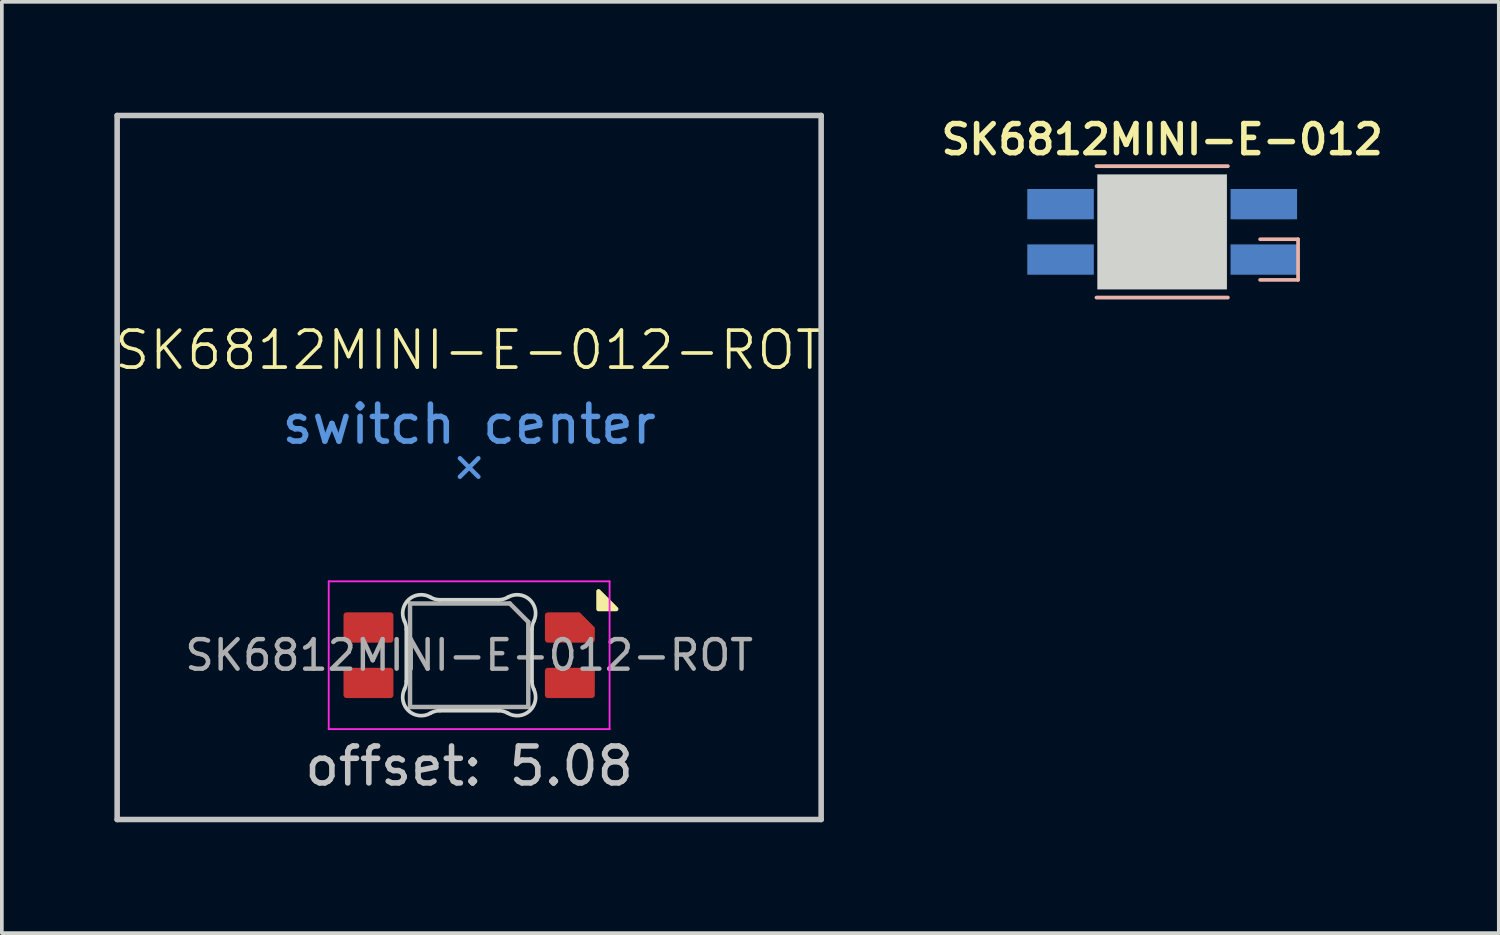
<source format=kicad_pcb>
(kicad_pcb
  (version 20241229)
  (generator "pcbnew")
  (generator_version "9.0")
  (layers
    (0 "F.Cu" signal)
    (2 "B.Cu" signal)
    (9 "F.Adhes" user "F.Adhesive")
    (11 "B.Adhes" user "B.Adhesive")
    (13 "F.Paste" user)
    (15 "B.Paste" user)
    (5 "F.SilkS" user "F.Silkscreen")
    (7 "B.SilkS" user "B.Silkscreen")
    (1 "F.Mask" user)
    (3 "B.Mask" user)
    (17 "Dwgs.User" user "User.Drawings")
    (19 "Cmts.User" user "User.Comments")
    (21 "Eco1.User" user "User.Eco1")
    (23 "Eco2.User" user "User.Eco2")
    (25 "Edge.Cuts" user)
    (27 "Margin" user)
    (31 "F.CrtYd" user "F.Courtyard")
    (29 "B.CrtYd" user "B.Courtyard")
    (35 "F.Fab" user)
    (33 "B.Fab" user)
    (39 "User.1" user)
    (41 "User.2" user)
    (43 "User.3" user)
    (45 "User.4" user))
  (footprint "SK6812MINI-E-012-ROT"
    (layer "F.Cu")
    (at 9.645 9.6)
    (property "Reference" "SK6812MINI-E-012-ROT" (at 0 -3.175 0) (unlocked yes) (layer "F.SilkS") (effects (font (size 1 1) (thickness 0.1))))
    (attr smd)
    (fp_poly (pts (xy 3.5 3.83) (xy 3.5 3.35) (xy 3.98 3.83) (xy 3.5 3.83)) (stroke (width 0.12) (type solid)) (fill yes) (layer "F.SilkS"))
    (fp_line (start -9.525 -9.525) (end -9.525 9.525) (stroke (width 0.15) (type solid)) (layer "Dwgs.User"))
    (fp_line (start -9.525 9.525) (end 9.525 9.525) (stroke (width 0.15) (type solid)) (layer "Dwgs.User"))
    (fp_line (start 9.525 -9.525) (end -9.525 -9.525) (stroke (width 0.15) (type solid)) (layer "Dwgs.User"))
    (fp_line (start 9.525 9.525) (end 9.525 -9.525) (stroke (width 0.15) (type solid)) (layer "Dwgs.User"))
    (fp_line (start -0.25 0.25) (end 0 0) (stroke (width 0.12) (type solid)) (layer "Cmts.User"))
    (fp_line (start 0 0) (end -0.25 -0.25) (stroke (width 0.12) (type solid)) (layer "Cmts.User"))
    (fp_line (start 0 0) (end 0.25 -0.25) (stroke (width 0.12) (type solid)) (layer "Cmts.User"))
    (fp_line (start 0.25 0.25) (end 0 0) (stroke (width 0.12) (type solid)) (layer "Cmts.User"))
    (fp_line (start -1.7 4.377) (end -1.7 5.783) (stroke (width 0.1) (type solid)) (layer "Edge.Cuts"))
    (fp_line (start -0.794 6.58) (end 0.794 6.58) (stroke (width 0.1) (type solid)) (layer "Edge.Cuts"))
    (fp_line (start 0.794 3.58) (end -0.794 3.58) (stroke (width 0.1) (type solid)) (layer "Edge.Cuts"))
    (fp_line (start 1.7 5.783) (end 1.7 4.377) (stroke (width 0.1) (type solid)) (layer "Edge.Cuts"))
    (fp_arc (start -1.749484 4.160281) (mid -1.712518 4.26593) (end -1.699999 4.377158) (stroke (width 0.1) (type solid)) (layer "Edge.Cuts"))
    (fp_arc (start -1.749484 4.160281) (mid -1.63807 3.575967) (end -1.046711 3.511704) (stroke (width 0.1) (type solid)) (layer "Edge.Cuts"))
    (fp_arc (start -1.699999 5.782843) (mid -1.712527 5.894069) (end -1.749484 5.999721) (stroke (width 0.1) (type solid)) (layer "Edge.Cuts"))
    (fp_arc (start -1.046711 6.6483) (mid -1.638072 6.584036) (end -1.749484 5.999721) (stroke (width 0.1) (type solid)) (layer "Edge.Cuts"))
    (fp_arc (start -1.046711 6.6483) (mid -0.925123 6.597378) (end -0.794453 6.580001) (stroke (width 0.1) (type solid)) (layer "Edge.Cuts"))
    (fp_arc (start -0.794452 3.580001) (mid -0.925122 3.562624) (end -1.04671 3.511702) (stroke (width 0.1) (type solid)) (layer "Edge.Cuts"))
    (fp_arc (start 0.794453 6.58) (mid 0.925123 6.597377) (end 1.046711 6.648299) (stroke (width 0.1) (type solid)) (layer "Edge.Cuts"))
    (fp_arc (start 1.046711 3.511702) (mid 0.925123 3.562624) (end 0.794452 3.580001) (stroke (width 0.1) (type solid)) (layer "Edge.Cuts"))
    (fp_arc (start 1.046711 3.511702) (mid 1.638072 3.575966) (end 1.749484 4.160282) (stroke (width 0.1) (type solid)) (layer "Edge.Cuts"))
    (fp_arc (start 1.699999 4.377159) (mid 1.712527 4.265933) (end 1.749484 4.160281) (stroke (width 0.1) (type solid)) (layer "Edge.Cuts"))
    (fp_arc (start 1.749484 5.999721) (mid 1.638071 6.584035) (end 1.046711 6.648299) (stroke (width 0.1) (type solid)) (layer "Edge.Cuts"))
    (fp_arc (start 1.749484 5.999721) (mid 1.712527 5.894069) (end 1.699999 5.782844) (stroke (width 0.1) (type solid)) (layer "Edge.Cuts"))
    (fp_line (start -3.8 3.08) (end 3.8 3.08) (stroke (width 0.05) (type solid)) (layer "F.CrtYd"))
    (fp_line (start -3.8 7.08) (end -3.8 3.08) (stroke (width 0.05) (type solid)) (layer "F.CrtYd"))
    (fp_line (start 3.8 3.08) (end 3.8 7.08) (stroke (width 0.05) (type solid)) (layer "F.CrtYd"))
    (fp_line (start 3.8 7.08) (end -3.8 7.08) (stroke (width 0.05) (type solid)) (layer "F.CrtYd"))
    (fp_line (start -1.6 3.68) (end 1.1 3.68) (stroke (width 0.12) (type solid)) (layer "F.Fab"))
    (fp_line (start -1.6 6.48) (end -1.6 3.68) (stroke (width 0.12) (type solid)) (layer "F.Fab"))
    (fp_line (start 1.6 4.18) (end 1.1 3.68) (stroke (width 0.12) (type solid)) (layer "F.Fab"))
    (fp_line (start 1.6 4.18) (end 1.6 6.48) (stroke (width 0.12) (type solid)) (layer "F.Fab"))
    (fp_line (start 1.6 6.48) (end -1.6 6.48) (stroke (width 0.12) (type solid)) (layer "F.Fab"))
    (fp_text user "offset: 5.08" (at 0 8.08 180) (layer "Dwgs.User") (effects (font (size 1 1) (thickness 0.15))))
    (fp_text user "switch center" (at 0 -1.17 0) (layer "Cmts.User") (effects (font (size 1 1) (thickness 0.15))))
    (fp_text user "${REFERENCE}" (at 0 5.08 180) (layer "F.Fab") (effects (font (size 0.8 0.8) (thickness 0.12))))
    (pad "1" smd roundrect (at 2.725 4.33 270) (size 0.82 1.35) (layers "F.Cu" "F.Mask" "F.Paste") (roundrect_rratio 0.1) (chamfer_ratio 0.5) (chamfer top_left))
    (pad "2" smd roundrect (at 2.725 5.83 270) (size 0.82 1.35) (layers "F.Cu" "F.Mask" "F.Paste") (roundrect_rratio 0.1))
    (pad "3" smd roundrect (at -2.725 5.83 270) (size 0.82 1.35) (layers "F.Cu" "F.Mask" "F.Paste") (roundrect_rratio 0.1))
    (pad "4" smd roundrect (at -2.725 4.33 270) (size 0.82 1.35) (layers "F.Cu" "F.Mask" "F.Paste") (roundrect_rratio 0.1)))
  (footprint "SK6812MINI-E-012"
    (layer "F.Cu")
    (at 28.398 3.224)
    (property "Reference" "SK6812MINI-E-012" (at 0 -2.5 0) (layer "F.SilkS") (effects (font (size 0.787 0.787) (thickness 0.15))))
    (attr smd)
    (fp_line (start -1.778 -1.778) (end 1.778 -1.778) (stroke (width 0.102) (type solid)) (layer "B.SilkS"))
    (fp_line (start -1.778 1.778) (end 1.778 1.778) (stroke (width 0.102) (type solid)) (layer "B.SilkS"))
    (fp_line (start 2.65 1.3) (end 3.677 1.3) (stroke (width 0.1) (type solid)) (layer "B.SilkS"))
    (fp_line (start 3.677 0.2) (end 2.65 0.2) (stroke (width 0.1) (type solid)) (layer "B.SilkS"))
    (fp_line (start 3.677 1.3) (end 3.677 0.2) (stroke (width 0.1) (type solid)) (layer "B.SilkS"))
    (fp_line (start -1.75 -1.55) (end -1.75 1.55) (stroke (width 0.001) (type solid)) (layer "Dwgs.User"))
    (fp_line (start -1.75 1.55) (end 1.75 1.55) (stroke (width 0.001) (type solid)) (layer "Dwgs.User"))
    (fp_line (start 1.75 -1.55) (end -1.75 -1.55) (stroke (width 0.001) (type solid)) (layer "Dwgs.User"))
    (fp_line (start 1.75 1.55) (end 1.75 -1.55) (stroke (width 0.001) (type solid)) (layer "Dwgs.User"))
    (fp_poly (pts (xy -1.75 -1.55) (xy 1.75 -1.55) (xy 1.75 1.55) (xy -1.75 1.55)) (stroke (width 0.01) (type solid)) (fill yes) (layer "Edge.Cuts"))
    (pad "1" smd custom (at 2.75 0.75) (size 1.8 0.82) (layers "B.Cu" "B.Mask" "B.Paste") (options (anchor rect)) (primitives (gr_poly (pts (xy 0.772 -0.41) (xy 0.772 0.41) (xy -0.774 0.41) (xy -0.774 -0.41)) (width 0.001) (fill yes))))
    (pad "2" smd custom (at 2.75 -0.75) (size 1.8 0.82) (layers "B.Cu" "B.Mask" "B.Paste") (options (anchor rect)) (primitives (gr_poly (pts (xy -0.774 -0.41) (xy -0.774 0.41) (xy 0.772 0.41) (xy 0.772 -0.41)) (width 0.001) (fill yes))))
    (pad "3" smd custom (at -2.75 -0.75) (size 1.8 0.82) (layers "B.Cu" "B.Mask" "B.Paste") (options (anchor rect)) (primitives (gr_poly (pts (xy 0.774 0.41) (xy -0.772 0.41) (xy -0.772 -0.41) (xy 0.774 -0.41)) (width 0.001) (fill yes))))
    (pad "4" smd custom (at -2.75 0.75) (size 1.8 0.82) (layers "B.Cu" "B.Mask" "B.Paste") (options (anchor rect)) (primitives (gr_poly (pts (xy -0.772 -0.41) (xy -0.772 0.41) (xy 0.774 0.41) (xy 0.774 -0.41)) (width 0.001) (fill yes)))))
  (gr_rect
    (start -3 -3)
    (end 37.507 22.2)
    (stroke (width 0.1) (type default))
    (fill no)
    (layer "Edge.Cuts")))
</source>
